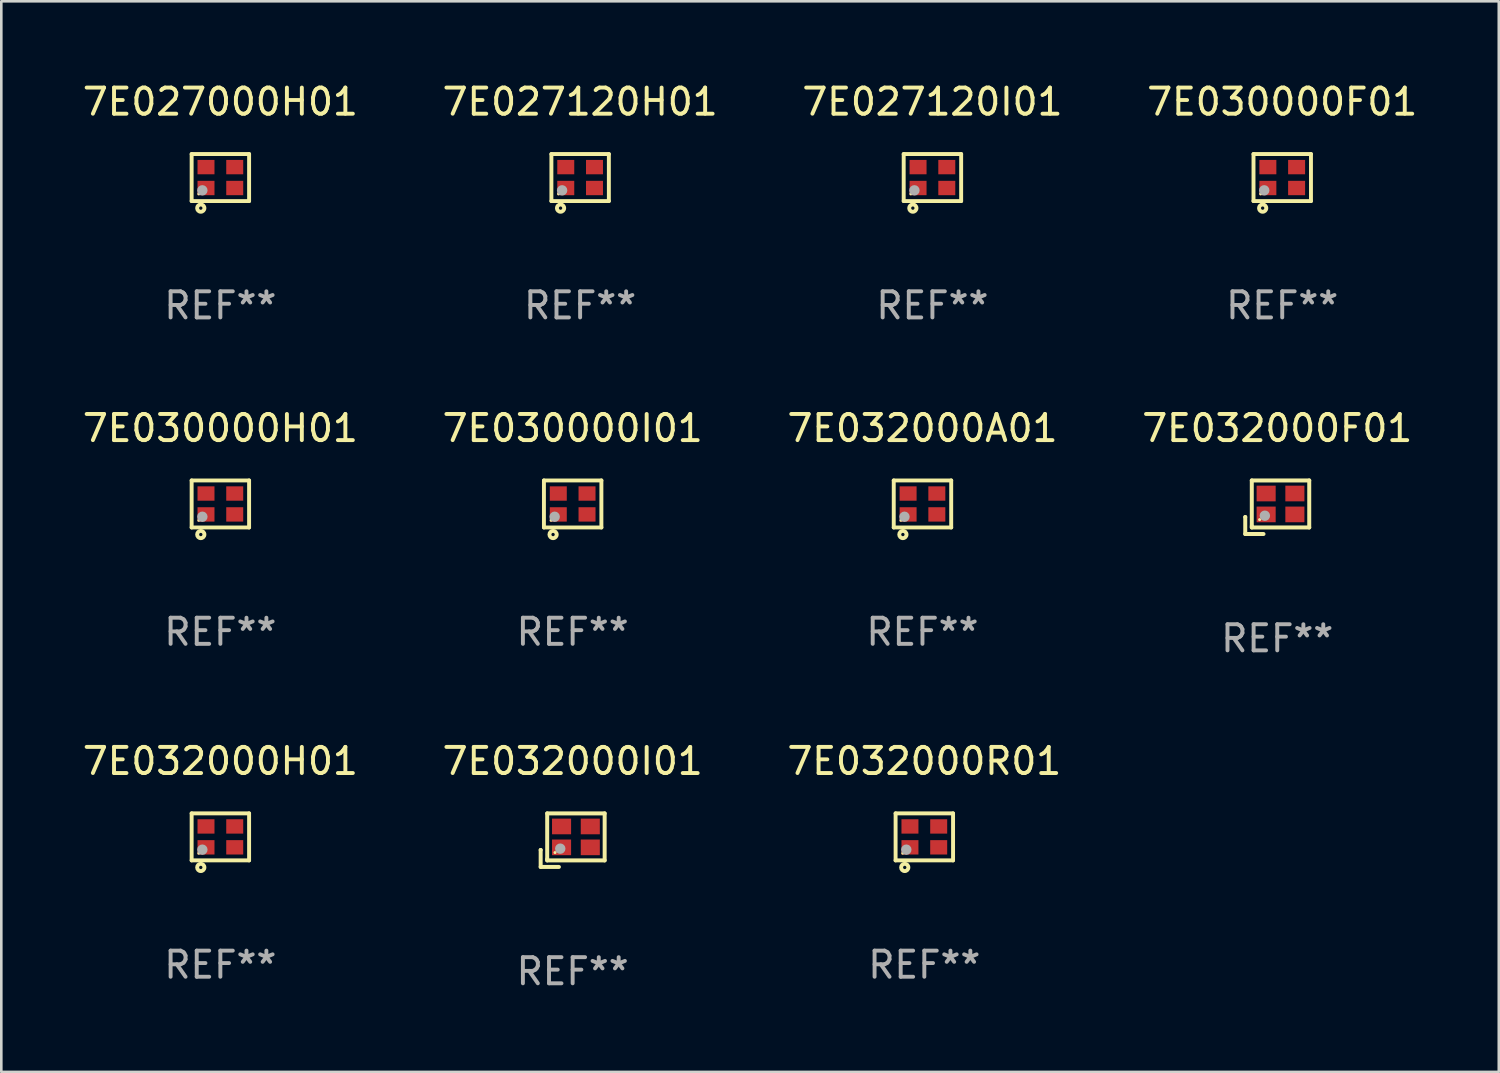
<source format=kicad_pcb>
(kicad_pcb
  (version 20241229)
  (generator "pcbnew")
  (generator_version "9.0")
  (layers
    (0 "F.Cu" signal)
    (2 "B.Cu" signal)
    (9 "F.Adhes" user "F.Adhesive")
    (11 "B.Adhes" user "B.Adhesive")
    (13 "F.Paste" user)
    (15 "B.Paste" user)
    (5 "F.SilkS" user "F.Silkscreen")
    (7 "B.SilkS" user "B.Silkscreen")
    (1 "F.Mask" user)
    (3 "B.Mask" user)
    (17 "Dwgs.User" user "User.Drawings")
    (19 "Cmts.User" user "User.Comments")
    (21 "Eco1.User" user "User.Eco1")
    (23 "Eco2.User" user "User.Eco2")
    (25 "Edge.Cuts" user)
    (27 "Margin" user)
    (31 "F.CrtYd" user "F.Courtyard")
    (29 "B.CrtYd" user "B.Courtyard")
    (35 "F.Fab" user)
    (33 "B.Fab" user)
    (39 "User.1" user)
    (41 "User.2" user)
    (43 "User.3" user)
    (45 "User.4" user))
  (footprint "7E032000H01"
    (layer "F.Cu")
    (at 5.387 28.991)
    (property "Reference" "7E032000H01" (at 0 -2.9 0) (layer "F.SilkS") (effects (font (size 1 1) (thickness 0.15))))
    (attr through_hole)
    (fp_line (start -1.1 -0.9) (end -1.1 0.9) (stroke (width 0.15) (type solid)) (layer "F.SilkS"))
    (fp_line (start -1.1 -0.9) (end 1.1 -0.9) (stroke (width 0.15) (type solid)) (layer "F.SilkS"))
    (fp_line (start -1.1 0.9) (end 1.1 0.9) (stroke (width 0.15) (type solid)) (layer "F.SilkS"))
    (fp_line (start 1.1 -0.9) (end 1.1 0.9) (stroke (width 0.15) (type solid)) (layer "F.SilkS"))
    (fp_circle (center -0.825 0.625) (end -0.795 0.625) (stroke (width 0.06) (type solid)) (fill no) (layer "F.SilkS"))
    (fp_circle (center -0.75 1.17) (end -0.686 1.17) (stroke (width 0.15) (type solid)) (fill no) (layer "F.SilkS"))
    (fp_circle (center -0.69 0.49) (end -0.59 0.49) (stroke (width 0.2) (type solid)) (fill no) (layer "F.Fab"))
    (fp_text user "REF**" (at 0 4.9 0) (layer "F.Fab") (effects (font (size 1 1) (thickness 0.15))))
    (pad "1" smd rect (at -0.55 0.4) (size 0.65 0.55) (layers "F.Cu" "F.Mask" "F.Paste"))
    (pad "2" smd rect (at 0.55 0.4) (size 0.65 0.55) (layers "F.Cu" "F.Mask" "F.Paste"))
    (pad "3" smd rect (at 0.55 -0.4) (size 0.65 0.55) (layers "F.Cu" "F.Mask" "F.Paste"))
    (pad "4" smd rect (at -0.55 -0.4) (size 0.65 0.55) (layers "F.Cu" "F.Mask" "F.Paste")))
  (footprint "7E027000H01"
    (layer "F.Cu")
    (at 5.387 3.748)
    (property "Reference" "7E027000H01" (at 0 -2.9 0) (layer "F.SilkS") (effects (font (size 1 1) (thickness 0.15))))
    (attr through_hole)
    (fp_line (start -1.1 -0.9) (end -1.1 0.9) (stroke (width 0.15) (type solid)) (layer "F.SilkS"))
    (fp_line (start -1.1 -0.9) (end 1.1 -0.9) (stroke (width 0.15) (type solid)) (layer "F.SilkS"))
    (fp_line (start -1.1 0.9) (end 1.1 0.9) (stroke (width 0.15) (type solid)) (layer "F.SilkS"))
    (fp_line (start 1.1 -0.9) (end 1.1 0.9) (stroke (width 0.15) (type solid)) (layer "F.SilkS"))
    (fp_circle (center -0.825 0.625) (end -0.795 0.625) (stroke (width 0.06) (type solid)) (fill no) (layer "F.SilkS"))
    (fp_circle (center -0.75 1.17) (end -0.686 1.17) (stroke (width 0.15) (type solid)) (fill no) (layer "F.SilkS"))
    (fp_circle (center -0.69 0.49) (end -0.59 0.49) (stroke (width 0.2) (type solid)) (fill no) (layer "F.Fab"))
    (fp_text user "REF**" (at 0 4.9 0) (layer "F.Fab") (effects (font (size 1 1) (thickness 0.15))))
    (pad "1" smd rect (at -0.55 0.4) (size 0.65 0.55) (layers "F.Cu" "F.Mask" "F.Paste"))
    (pad "2" smd rect (at 0.55 0.4) (size 0.65 0.55) (layers "F.Cu" "F.Mask" "F.Paste"))
    (pad "3" smd rect (at 0.55 -0.4) (size 0.65 0.55) (layers "F.Cu" "F.Mask" "F.Paste"))
    (pad "4" smd rect (at -0.55 -0.4) (size 0.65 0.55) (layers "F.Cu" "F.Mask" "F.Paste")))
  (footprint "7E030000I01"
    (layer "F.Cu")
    (at 18.875 16.245)
    (property "Reference" "7E030000I01" (at 0 -2.9 0) (layer "F.SilkS") (effects (font (size 1 1) (thickness 0.15))))
    (attr through_hole)
    (fp_line (start -1.1 -0.9) (end -1.1 0.9) (stroke (width 0.15) (type solid)) (layer "F.SilkS"))
    (fp_line (start -1.1 -0.9) (end 1.1 -0.9) (stroke (width 0.15) (type solid)) (layer "F.SilkS"))
    (fp_line (start -1.1 0.9) (end 1.1 0.9) (stroke (width 0.15) (type solid)) (layer "F.SilkS"))
    (fp_line (start 1.1 -0.9) (end 1.1 0.9) (stroke (width 0.15) (type solid)) (layer "F.SilkS"))
    (fp_circle (center -0.825 0.625) (end -0.795 0.625) (stroke (width 0.06) (type solid)) (fill no) (layer "F.SilkS"))
    (fp_circle (center -0.75 1.17) (end -0.686 1.17) (stroke (width 0.15) (type solid)) (fill no) (layer "F.SilkS"))
    (fp_circle (center -0.69 0.49) (end -0.59 0.49) (stroke (width 0.2) (type solid)) (fill no) (layer "F.Fab"))
    (fp_text user "REF**" (at 0 4.9 0) (layer "F.Fab") (effects (font (size 1 1) (thickness 0.15))))
    (pad "1" smd rect (at -0.55 0.4) (size 0.65 0.55) (layers "F.Cu" "F.Mask" "F.Paste"))
    (pad "2" smd rect (at 0.55 0.4) (size 0.65 0.55) (layers "F.Cu" "F.Mask" "F.Paste"))
    (pad "3" smd rect (at 0.55 -0.4) (size 0.65 0.55) (layers "F.Cu" "F.Mask" "F.Paste"))
    (pad "4" smd rect (at -0.55 -0.4) (size 0.65 0.55) (layers "F.Cu" "F.Mask" "F.Paste")))
  (footprint "7E030000H01"
    (layer "F.Cu")
    (at 5.387 16.245)
    (property "Reference" "7E030000H01" (at 0 -2.9 0) (layer "F.SilkS") (effects (font (size 1 1) (thickness 0.15))))
    (attr through_hole)
    (fp_line (start -1.1 -0.9) (end -1.1 0.9) (stroke (width 0.15) (type solid)) (layer "F.SilkS"))
    (fp_line (start -1.1 -0.9) (end 1.1 -0.9) (stroke (width 0.15) (type solid)) (layer "F.SilkS"))
    (fp_line (start -1.1 0.9) (end 1.1 0.9) (stroke (width 0.15) (type solid)) (layer "F.SilkS"))
    (fp_line (start 1.1 -0.9) (end 1.1 0.9) (stroke (width 0.15) (type solid)) (layer "F.SilkS"))
    (fp_circle (center -0.825 0.625) (end -0.795 0.625) (stroke (width 0.06) (type solid)) (fill no) (layer "F.SilkS"))
    (fp_circle (center -0.75 1.17) (end -0.686 1.17) (stroke (width 0.15) (type solid)) (fill no) (layer "F.SilkS"))
    (fp_circle (center -0.69 0.49) (end -0.59 0.49) (stroke (width 0.2) (type solid)) (fill no) (layer "F.Fab"))
    (fp_text user "REF**" (at 0 4.9 0) (layer "F.Fab") (effects (font (size 1 1) (thickness 0.15))))
    (pad "1" smd rect (at -0.55 0.4) (size 0.65 0.55) (layers "F.Cu" "F.Mask" "F.Paste"))
    (pad "2" smd rect (at 0.55 0.4) (size 0.65 0.55) (layers "F.Cu" "F.Mask" "F.Paste"))
    (pad "3" smd rect (at 0.55 -0.4) (size 0.65 0.55) (layers "F.Cu" "F.Mask" "F.Paste"))
    (pad "4" smd rect (at -0.55 -0.4) (size 0.65 0.55) (layers "F.Cu" "F.Mask" "F.Paste")))
  (footprint "7E030000F01"
    (layer "F.Cu")
    (at 46.042 3.748)
    (property "Reference" "7E030000F01" (at 0 -2.9 0) (layer "F.SilkS") (effects (font (size 1 1) (thickness 0.15))))
    (attr through_hole)
    (fp_line (start -1.1 -0.9) (end -1.1 0.9) (stroke (width 0.15) (type solid)) (layer "F.SilkS"))
    (fp_line (start -1.1 -0.9) (end 1.1 -0.9) (stroke (width 0.15) (type solid)) (layer "F.SilkS"))
    (fp_line (start -1.1 0.9) (end 1.1 0.9) (stroke (width 0.15) (type solid)) (layer "F.SilkS"))
    (fp_line (start 1.1 -0.9) (end 1.1 0.9) (stroke (width 0.15) (type solid)) (layer "F.SilkS"))
    (fp_circle (center -0.825 0.625) (end -0.795 0.625) (stroke (width 0.06) (type solid)) (fill no) (layer "F.SilkS"))
    (fp_circle (center -0.75 1.17) (end -0.686 1.17) (stroke (width 0.15) (type solid)) (fill no) (layer "F.SilkS"))
    (fp_circle (center -0.69 0.49) (end -0.59 0.49) (stroke (width 0.2) (type solid)) (fill no) (layer "F.Fab"))
    (fp_text user "REF**" (at 0 4.9 0) (layer "F.Fab") (effects (font (size 1 1) (thickness 0.15))))
    (pad "1" smd rect (at -0.55 0.4) (size 0.65 0.55) (layers "F.Cu" "F.Mask" "F.Paste"))
    (pad "2" smd rect (at 0.55 0.4) (size 0.65 0.55) (layers "F.Cu" "F.Mask" "F.Paste"))
    (pad "3" smd rect (at 0.55 -0.4) (size 0.65 0.55) (layers "F.Cu" "F.Mask" "F.Paste"))
    (pad "4" smd rect (at -0.55 -0.4) (size 0.65 0.55) (layers "F.Cu" "F.Mask" "F.Paste")))
  (footprint "7E027120H01"
    (layer "F.Cu")
    (at 19.161 3.748)
    (property "Reference" "7E027120H01" (at 0 -2.9 0) (layer "F.SilkS") (effects (font (size 1 1) (thickness 0.15))))
    (attr through_hole)
    (fp_line (start -1.1 -0.9) (end -1.1 0.9) (stroke (width 0.15) (type solid)) (layer "F.SilkS"))
    (fp_line (start -1.1 -0.9) (end 1.1 -0.9) (stroke (width 0.15) (type solid)) (layer "F.SilkS"))
    (fp_line (start -1.1 0.9) (end 1.1 0.9) (stroke (width 0.15) (type solid)) (layer "F.SilkS"))
    (fp_line (start 1.1 -0.9) (end 1.1 0.9) (stroke (width 0.15) (type solid)) (layer "F.SilkS"))
    (fp_circle (center -0.825 0.625) (end -0.795 0.625) (stroke (width 0.06) (type solid)) (fill no) (layer "F.SilkS"))
    (fp_circle (center -0.75 1.17) (end -0.686 1.17) (stroke (width 0.15) (type solid)) (fill no) (layer "F.SilkS"))
    (fp_circle (center -0.69 0.49) (end -0.59 0.49) (stroke (width 0.2) (type solid)) (fill no) (layer "F.Fab"))
    (fp_text user "REF**" (at 0 4.9 0) (layer "F.Fab") (effects (font (size 1 1) (thickness 0.15))))
    (pad "1" smd rect (at -0.55 0.4) (size 0.65 0.55) (layers "F.Cu" "F.Mask" "F.Paste"))
    (pad "2" smd rect (at 0.55 0.4) (size 0.65 0.55) (layers "F.Cu" "F.Mask" "F.Paste"))
    (pad "3" smd rect (at 0.55 -0.4) (size 0.65 0.55) (layers "F.Cu" "F.Mask" "F.Paste"))
    (pad "4" smd rect (at -0.55 -0.4) (size 0.65 0.55) (layers "F.Cu" "F.Mask" "F.Paste")))
  (footprint "7E032000F01"
    (layer "F.Cu")
    (at 45.851 16.37)
    (property "Reference" "7E032000F01" (at 0 -3.025 0) (layer "F.SilkS") (effects (font (size 1 1) (thickness 0.15))))
    (attr through_hole)
    (fp_line (start -1.225 0.375) (end -1.225 0.375) (stroke (width 0.152) (type solid)) (layer "F.SilkS"))
    (fp_line (start -1.225 0.375) (end -1.225 1.025) (stroke (width 0.152) (type solid)) (layer "F.SilkS"))
    (fp_line (start -1.225 1.025) (end -0.526 1.025) (stroke (width 0.152) (type solid)) (layer "F.SilkS"))
    (fp_line (start -0.975 -1.025) (end -0.975 0.725) (stroke (width 0.152) (type solid)) (layer "F.SilkS"))
    (fp_line (start -0.975 0.725) (end -0.975 0.775) (stroke (width 0.152) (type solid)) (layer "F.SilkS"))
    (fp_line (start -0.975 0.775) (end 1.225 0.775) (stroke (width 0.152) (type solid)) (layer "F.SilkS"))
    (fp_line (start 1.225 -1.025) (end -0.975 -1.025) (stroke (width 0.152) (type solid)) (layer "F.SilkS"))
    (fp_line (start 1.225 0.775) (end 1.225 -1.025) (stroke (width 0.152) (type solid)) (layer "F.SilkS"))
    (fp_circle (center -0.675 0.475) (end -0.645 0.475) (stroke (width 0.06) (type solid)) (fill no) (layer "F.SilkS"))
    (fp_circle (center -0.475 0.325) (end -0.375 0.325) (stroke (width 0.2) (type solid)) (fill no) (layer "F.Fab"))
    (fp_text user "REF**" (at 0 5.025 0) (layer "F.Fab") (effects (font (size 1 1) (thickness 0.15))))
    (pad "1" smd rect (at -0.425 0.275) (size 0.73 0.6) (layers "F.Cu" "F.Mask" "F.Paste"))
    (pad "2" smd rect (at 0.675 0.275) (size 0.73 0.6) (layers "F.Cu" "F.Mask" "F.Paste"))
    (pad "3" smd rect (at 0.675 -0.525) (size 0.73 0.6) (layers "F.Cu" "F.Mask" "F.Paste"))
    (pad "4" smd rect (at -0.425 -0.525) (size 0.73 0.6) (layers "F.Cu" "F.Mask" "F.Paste")))
  (footprint "7E032000A01"
    (layer "F.Cu")
    (at 32.268 16.245)
    (property "Reference" "7E032000A01" (at 0 -2.9 0) (layer "F.SilkS") (effects (font (size 1 1) (thickness 0.15))))
    (attr through_hole)
    (fp_line (start -1.1 -0.9) (end -1.1 0.9) (stroke (width 0.15) (type solid)) (layer "F.SilkS"))
    (fp_line (start -1.1 -0.9) (end 1.1 -0.9) (stroke (width 0.15) (type solid)) (layer "F.SilkS"))
    (fp_line (start -1.1 0.9) (end 1.1 0.9) (stroke (width 0.15) (type solid)) (layer "F.SilkS"))
    (fp_line (start 1.1 -0.9) (end 1.1 0.9) (stroke (width 0.15) (type solid)) (layer "F.SilkS"))
    (fp_circle (center -0.825 0.625) (end -0.795 0.625) (stroke (width 0.06) (type solid)) (fill no) (layer "F.SilkS"))
    (fp_circle (center -0.75 1.17) (end -0.686 1.17) (stroke (width 0.15) (type solid)) (fill no) (layer "F.SilkS"))
    (fp_circle (center -0.69 0.49) (end -0.59 0.49) (stroke (width 0.2) (type solid)) (fill no) (layer "F.Fab"))
    (fp_text user "REF**" (at 0 4.9 0) (layer "F.Fab") (effects (font (size 1 1) (thickness 0.15))))
    (pad "1" smd rect (at -0.55 0.4) (size 0.65 0.55) (layers "F.Cu" "F.Mask" "F.Paste"))
    (pad "2" smd rect (at 0.55 0.4) (size 0.65 0.55) (layers "F.Cu" "F.Mask" "F.Paste"))
    (pad "3" smd rect (at 0.55 -0.4) (size 0.65 0.55) (layers "F.Cu" "F.Mask" "F.Paste"))
    (pad "4" smd rect (at -0.55 -0.4) (size 0.65 0.55) (layers "F.Cu" "F.Mask" "F.Paste")))
  (footprint "7E027120I01"
    (layer "F.Cu")
    (at 32.649 3.748)
    (property "Reference" "7E027120I01" (at 0 -2.9 0) (layer "F.SilkS") (effects (font (size 1 1) (thickness 0.15))))
    (attr through_hole)
    (fp_line (start -1.1 -0.9) (end -1.1 0.9) (stroke (width 0.15) (type solid)) (layer "F.SilkS"))
    (fp_line (start -1.1 -0.9) (end 1.1 -0.9) (stroke (width 0.15) (type solid)) (layer "F.SilkS"))
    (fp_line (start -1.1 0.9) (end 1.1 0.9) (stroke (width 0.15) (type solid)) (layer "F.SilkS"))
    (fp_line (start 1.1 -0.9) (end 1.1 0.9) (stroke (width 0.15) (type solid)) (layer "F.SilkS"))
    (fp_circle (center -0.825 0.625) (end -0.795 0.625) (stroke (width 0.06) (type solid)) (fill no) (layer "F.SilkS"))
    (fp_circle (center -0.75 1.17) (end -0.686 1.17) (stroke (width 0.15) (type solid)) (fill no) (layer "F.SilkS"))
    (fp_circle (center -0.69 0.49) (end -0.59 0.49) (stroke (width 0.2) (type solid)) (fill no) (layer "F.Fab"))
    (fp_text user "REF**" (at 0 4.9 0) (layer "F.Fab") (effects (font (size 1 1) (thickness 0.15))))
    (pad "1" smd rect (at -0.55 0.4) (size 0.65 0.55) (layers "F.Cu" "F.Mask" "F.Paste"))
    (pad "2" smd rect (at 0.55 0.4) (size 0.65 0.55) (layers "F.Cu" "F.Mask" "F.Paste"))
    (pad "3" smd rect (at 0.55 -0.4) (size 0.65 0.55) (layers "F.Cu" "F.Mask" "F.Paste"))
    (pad "4" smd rect (at -0.55 -0.4) (size 0.65 0.55) (layers "F.Cu" "F.Mask" "F.Paste")))
  (footprint "7E032000I01"
    (layer "F.Cu")
    (at 18.875 29.117)
    (property "Reference" "7E032000I01" (at 0 -3.025 0) (layer "F.SilkS") (effects (font (size 1 1) (thickness 0.15))))
    (attr through_hole)
    (fp_line (start -1.225 0.375) (end -1.225 0.375) (stroke (width 0.152) (type solid)) (layer "F.SilkS"))
    (fp_line (start -1.225 0.375) (end -1.225 1.025) (stroke (width 0.152) (type solid)) (layer "F.SilkS"))
    (fp_line (start -1.225 1.025) (end -0.526 1.025) (stroke (width 0.152) (type solid)) (layer "F.SilkS"))
    (fp_line (start -0.975 -1.025) (end -0.975 0.725) (stroke (width 0.152) (type solid)) (layer "F.SilkS"))
    (fp_line (start -0.975 0.725) (end -0.975 0.775) (stroke (width 0.152) (type solid)) (layer "F.SilkS"))
    (fp_line (start -0.975 0.775) (end 1.225 0.775) (stroke (width 0.152) (type solid)) (layer "F.SilkS"))
    (fp_line (start 1.225 -1.025) (end -0.975 -1.025) (stroke (width 0.152) (type solid)) (layer "F.SilkS"))
    (fp_line (start 1.225 0.775) (end 1.225 -1.025) (stroke (width 0.152) (type solid)) (layer "F.SilkS"))
    (fp_circle (center -0.675 0.475) (end -0.645 0.475) (stroke (width 0.06) (type solid)) (fill no) (layer "F.SilkS"))
    (fp_circle (center -0.475 0.325) (end -0.375 0.325) (stroke (width 0.2) (type solid)) (fill no) (layer "F.Fab"))
    (fp_text user "REF**" (at 0 5.025 0) (layer "F.Fab") (effects (font (size 1 1) (thickness 0.15))))
    (pad "1" smd rect (at -0.425 0.275) (size 0.73 0.6) (layers "F.Cu" "F.Mask" "F.Paste"))
    (pad "2" smd rect (at 0.675 0.275) (size 0.73 0.6) (layers "F.Cu" "F.Mask" "F.Paste"))
    (pad "3" smd rect (at 0.675 -0.525) (size 0.73 0.6) (layers "F.Cu" "F.Mask" "F.Paste"))
    (pad "4" smd rect (at -0.425 -0.525) (size 0.73 0.6) (layers "F.Cu" "F.Mask" "F.Paste")))
  (footprint "7E032000R01"
    (layer "F.Cu")
    (at 32.339 28.991)
    (property "Reference" "7E032000R01" (at 0 -2.9 0) (layer "F.SilkS") (effects (font (size 1 1) (thickness 0.15))))
    (attr through_hole)
    (fp_line (start -1.1 -0.9) (end -1.1 0.9) (stroke (width 0.15) (type solid)) (layer "F.SilkS"))
    (fp_line (start -1.1 -0.9) (end 1.1 -0.9) (stroke (width 0.15) (type solid)) (layer "F.SilkS"))
    (fp_line (start -1.1 0.9) (end 1.1 0.9) (stroke (width 0.15) (type solid)) (layer "F.SilkS"))
    (fp_line (start 1.1 -0.9) (end 1.1 0.9) (stroke (width 0.15) (type solid)) (layer "F.SilkS"))
    (fp_circle (center -0.825 0.625) (end -0.795 0.625) (stroke (width 0.06) (type solid)) (fill no) (layer "F.SilkS"))
    (fp_circle (center -0.75 1.17) (end -0.686 1.17) (stroke (width 0.15) (type solid)) (fill no) (layer "F.SilkS"))
    (fp_circle (center -0.69 0.49) (end -0.59 0.49) (stroke (width 0.2) (type solid)) (fill no) (layer "F.Fab"))
    (fp_text user "REF**" (at 0 4.9 0) (layer "F.Fab") (effects (font (size 1 1) (thickness 0.15))))
    (pad "1" smd rect (at -0.55 0.4) (size 0.65 0.55) (layers "F.Cu" "F.Mask" "F.Paste"))
    (pad "2" smd rect (at 0.55 0.4) (size 0.65 0.55) (layers "F.Cu" "F.Mask" "F.Paste"))
    (pad "3" smd rect (at 0.55 -0.4) (size 0.65 0.55) (layers "F.Cu" "F.Mask" "F.Paste"))
    (pad "4" smd rect (at -0.55 -0.4) (size 0.65 0.55) (layers "F.Cu" "F.Mask" "F.Paste")))
  (gr_rect
    (start -3 -3)
    (end 54.333 37.99)
    (stroke (width 0.1) (type default))
    (fill no)
    (layer "Edge.Cuts")))
</source>
